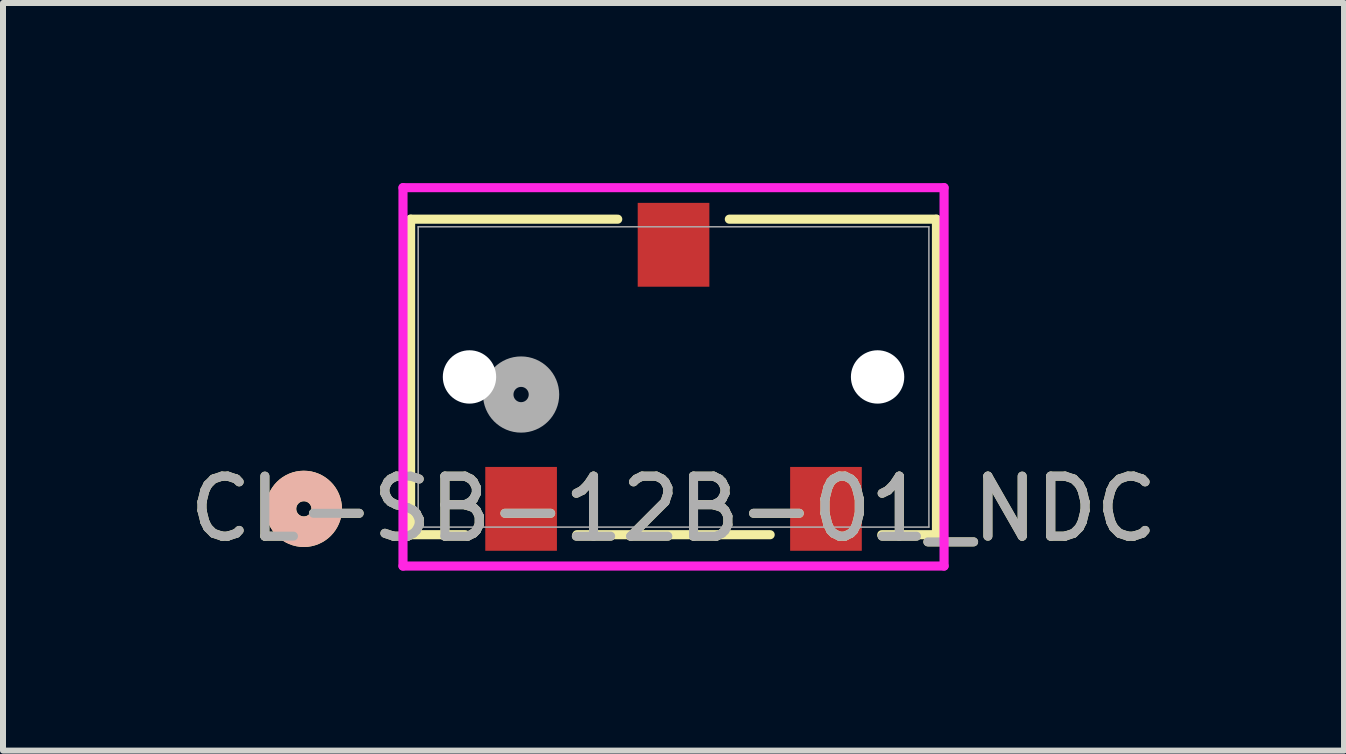
<source format=kicad_pcb>
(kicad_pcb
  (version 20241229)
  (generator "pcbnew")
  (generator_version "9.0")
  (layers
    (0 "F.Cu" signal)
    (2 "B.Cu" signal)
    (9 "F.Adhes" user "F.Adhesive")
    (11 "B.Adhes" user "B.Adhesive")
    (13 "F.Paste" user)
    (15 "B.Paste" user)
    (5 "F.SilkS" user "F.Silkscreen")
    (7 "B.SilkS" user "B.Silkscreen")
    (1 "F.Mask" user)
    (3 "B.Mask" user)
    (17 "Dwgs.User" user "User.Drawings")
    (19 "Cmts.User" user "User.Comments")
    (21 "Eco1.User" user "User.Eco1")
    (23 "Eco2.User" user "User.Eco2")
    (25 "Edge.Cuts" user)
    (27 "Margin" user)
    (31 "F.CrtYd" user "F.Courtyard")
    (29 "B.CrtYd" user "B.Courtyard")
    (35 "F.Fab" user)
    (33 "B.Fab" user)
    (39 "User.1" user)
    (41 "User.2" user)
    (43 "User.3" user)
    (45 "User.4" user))
  (footprint "CL-SB-12B-01_NDC"
    (layer "F.Cu")
    (at 8.173 3.231)
    (property "Reference" "CL-SB-12B-01_NDC" (at 0 2.198 0) (unlocked yes) (layer "F.SilkS") (effects (font (size 1 1) (thickness 0.15))))
    (attr smd)
    (fp_line (start -4.381 -2.629) (end -4.381 2.629) (stroke (width 0.152) (type solid)) (layer "F.SilkS"))
    (fp_line (start -4.381 2.629) (end -3.47 2.629) (stroke (width 0.152) (type solid)) (layer "F.SilkS"))
    (fp_line (start -1.61 2.629) (end 1.61 2.629) (stroke (width 0.152) (type solid)) (layer "F.SilkS"))
    (fp_line (start -0.93 -2.629) (end -4.381 -2.629) (stroke (width 0.152) (type solid)) (layer "F.SilkS"))
    (fp_line (start 3.47 2.629) (end 4.381 2.629) (stroke (width 0.152) (type solid)) (layer "F.SilkS"))
    (fp_line (start 4.381 -2.629) (end 0.93 -2.629) (stroke (width 0.152) (type solid)) (layer "F.SilkS"))
    (fp_line (start 4.381 2.629) (end 4.381 -2.629) (stroke (width 0.152) (type solid)) (layer "F.SilkS"))
    (fp_circle (center -6.16 2.198) (end -5.779 2.198) (stroke (width 0.508) (type solid)) (fill no) (layer "F.SilkS"))
    (fp_circle (center -6.16 2.198) (end -5.779 2.198) (stroke (width 0.508) (type solid)) (fill no) (layer "B.SilkS"))
    (fp_line (start -4.508 -3.154) (end -4.508 3.151) (stroke (width 0.152) (type solid)) (layer "F.CrtYd"))
    (fp_line (start -4.508 3.151) (end 4.508 3.151) (stroke (width 0.152) (type solid)) (layer "F.CrtYd"))
    (fp_line (start 4.508 -3.154) (end -4.508 -3.154) (stroke (width 0.152) (type solid)) (layer "F.CrtYd"))
    (fp_line (start 4.508 3.151) (end 4.508 -3.154) (stroke (width 0.152) (type solid)) (layer "F.CrtYd"))
    (fp_line (start -4.255 -2.502) (end -4.255 2.502) (stroke (width 0.025) (type solid)) (layer "F.Fab"))
    (fp_line (start -4.255 2.502) (end 4.255 2.502) (stroke (width 0.025) (type solid)) (layer "F.Fab"))
    (fp_line (start 4.255 -2.502) (end -4.255 -2.502) (stroke (width 0.025) (type solid)) (layer "F.Fab"))
    (fp_line (start 4.255 2.502) (end 4.255 -2.502) (stroke (width 0.025) (type solid)) (layer "F.Fab"))
    (fp_circle (center -2.54 0.293) (end -2.159 0.293) (stroke (width 0.508) (type solid)) (fill no) (layer "F.Fab"))
    (fp_text user "${REFERENCE}" (at 0 2.198 0) (unlocked yes) (layer "F.Fab") (effects (font (size 1 1) (thickness 0.15))))
    (pad "" np_thru_hole circle (at -3.4 0) (size 0.889 0.889) (drill 0.889) (layers "*.Cu" "*.Mask"))
    (pad "" np_thru_hole circle (at 3.4 0) (size 0.889 0.889) (drill 0.889) (layers "*.Cu" "*.Mask"))
    (pad "1" smd rect (at -2.54 2.198) (size 1.194 1.397) (layers "F.Cu" "F.Mask" "F.Paste"))
    (pad "2" smd rect (at 0 -2.202) (size 1.194 1.397) (layers "F.Cu" "F.Mask" "F.Paste"))
    (pad "3" smd rect (at 2.54 2.198) (size 1.194 1.397) (layers "F.Cu" "F.Mask" "F.Paste")))
  (gr_rect
    (start -3 -3)
    (end 19.345 9.457)
    (stroke (width 0.1) (type default))
    (fill no)
    (layer "Edge.Cuts")))
</source>
